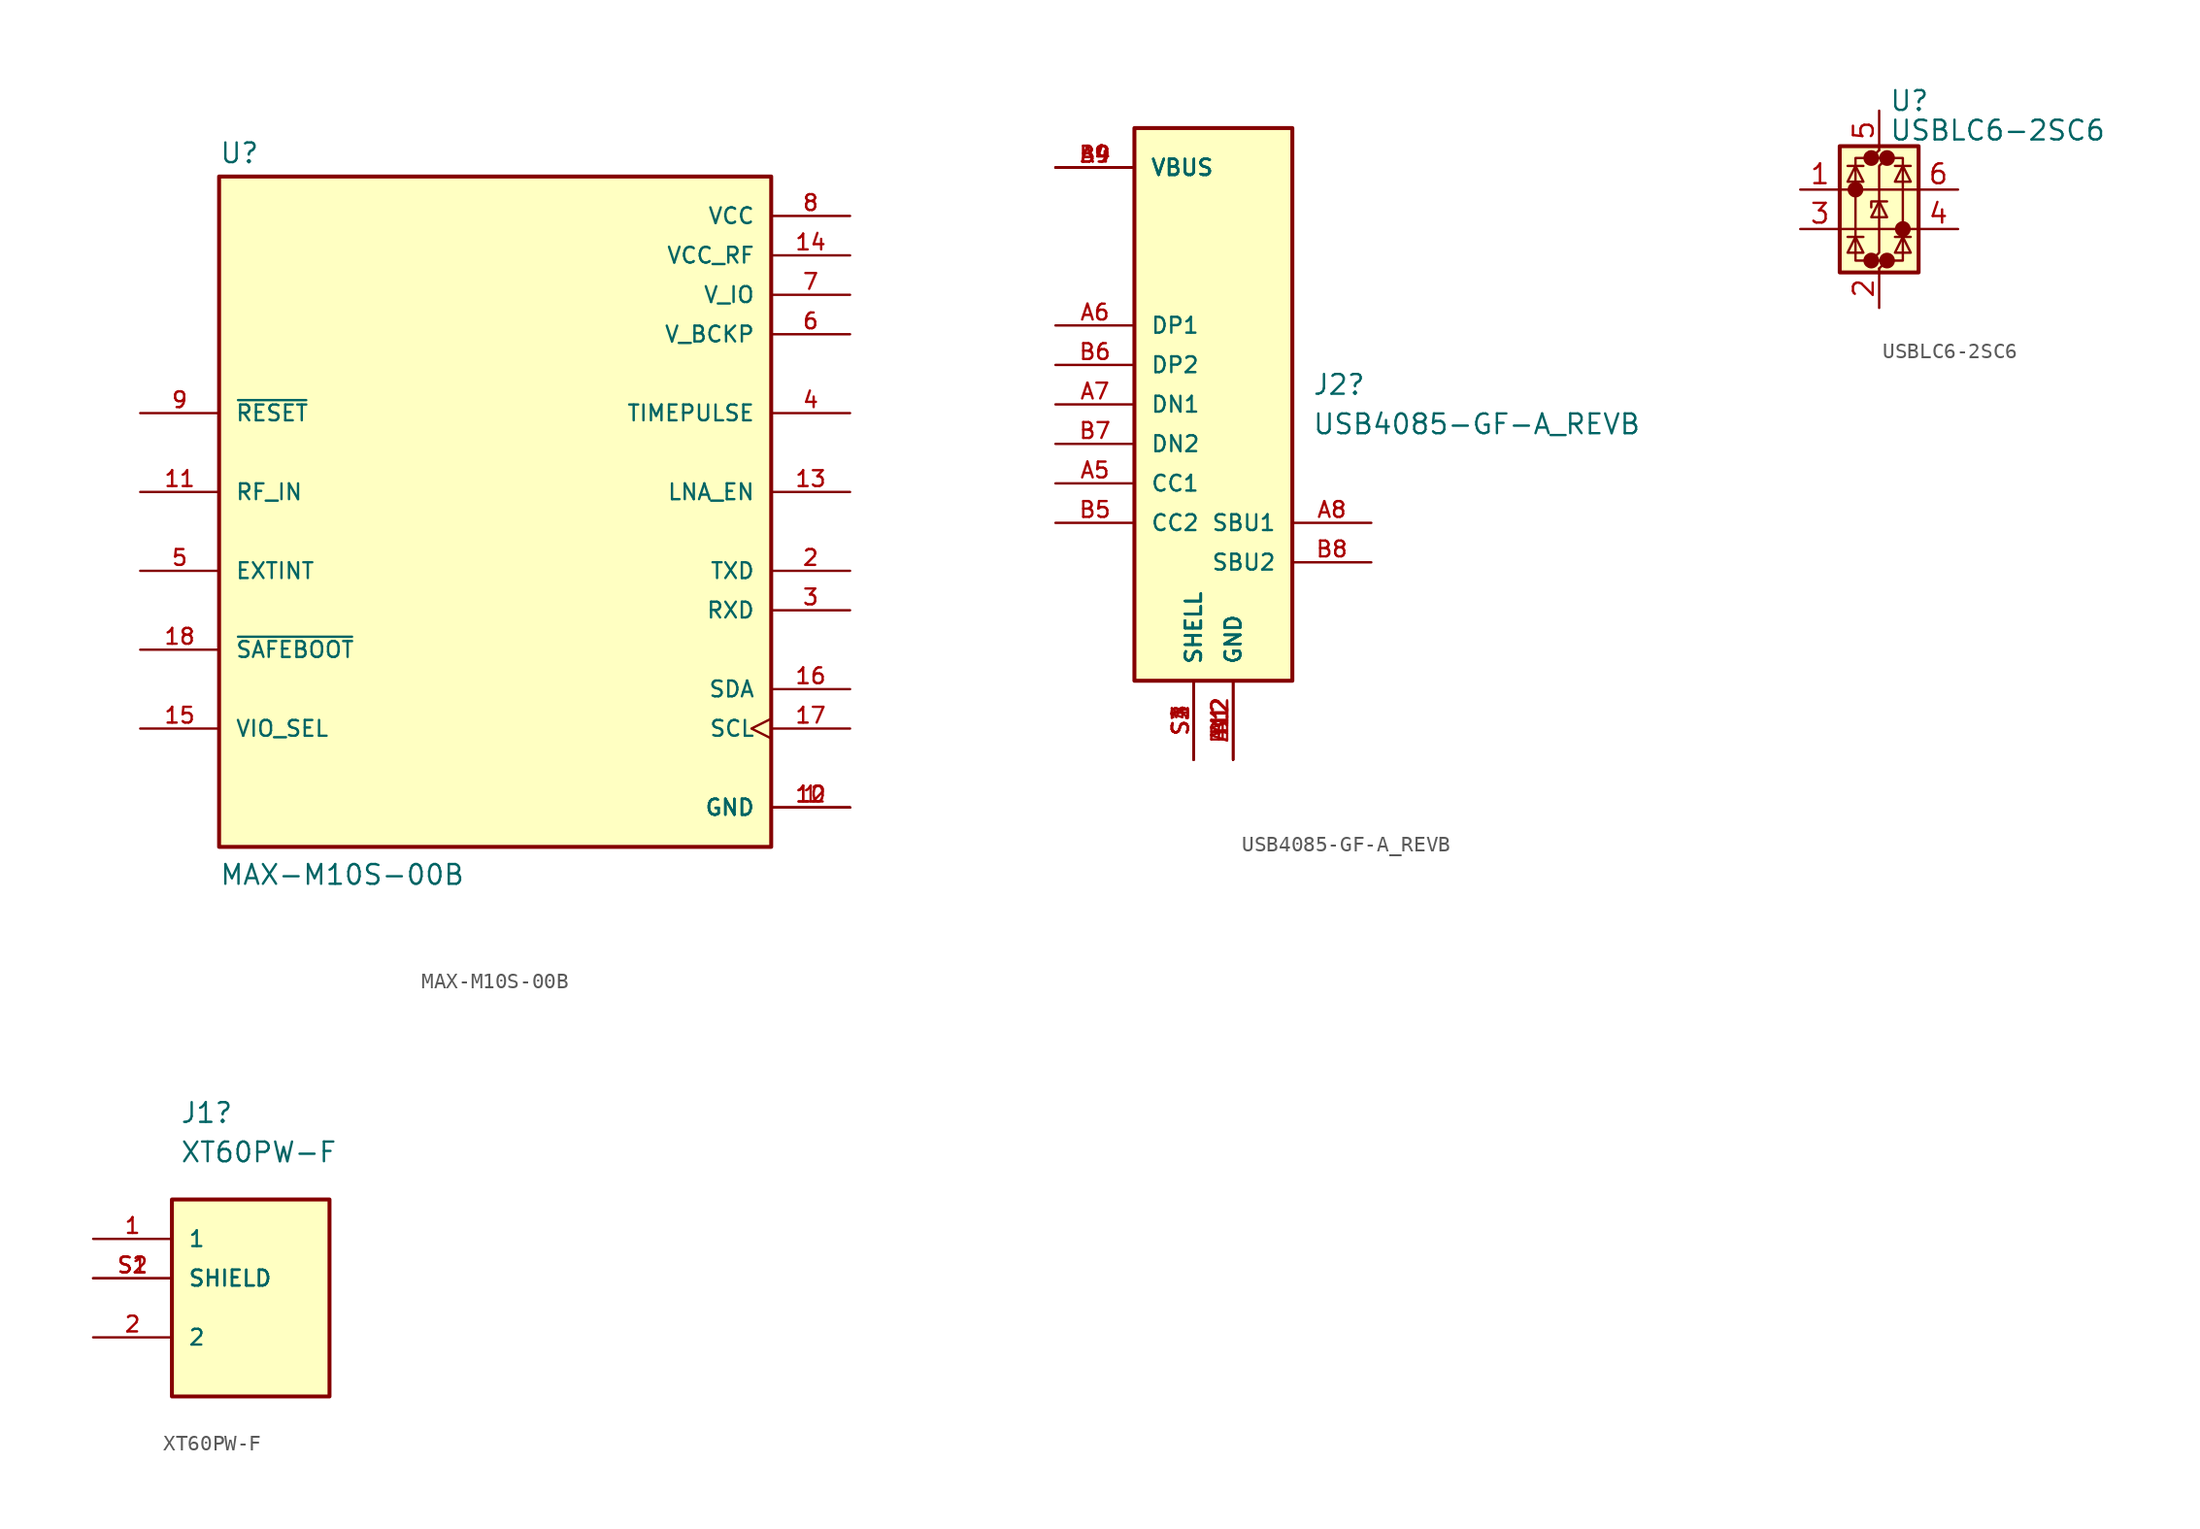
<source format=kicad_sym>
(kicad_symbol_lib
  (version 20231120)
  (generator "kicad_symbol_editor")
  (generator_version "8.0")
  (symbol "MAX-M10S-00B"
    (pin_names
      (offset 1.016))
    (property "Reference" "U"
      (at -17.78 21.082 0)
      (effects (font (size 1.27 1.27)) (justify left bottom)))
    (property "Value" "MAX-M10S-00B"
      (at -17.78 -25.4 0)
      (effects (font (size 1.27 1.27)) (justify left bottom)))
    (symbol "MAX-M10S-00B_0_0"
      (rectangle (start -17.78 -22.86) (end 17.78 20.32) (stroke (width 0.254) (type default)) (fill (type background)))
      (pin power_in line (at 22.86 -20.32 180) (length 5.08) (name "GND" (effects (font (size 1.016 1.016)))) (number "1" (effects (font (size 1.016 1.016)))))
      (pin power_in line (at 22.86 -20.32 180) (length 5.08) (name "GND" (effects (font (size 1.016 1.016)))) (number "10" (effects (font (size 1.016 1.016)))))
      (pin input line (at -22.86 0 0) (length 5.08) (name "RF_IN" (effects (font (size 1.016 1.016)))) (number "11" (effects (font (size 1.016 1.016)))))
      (pin power_in line (at 22.86 -20.32 180) (length 5.08) (name "GND" (effects (font (size 1.016 1.016)))) (number "12" (effects (font (size 1.016 1.016)))))
      (pin output line (at 22.86 0 180) (length 5.08) (name "LNA_EN" (effects (font (size 1.016 1.016)))) (number "13" (effects (font (size 1.016 1.016)))))
      (pin power_in line (at 22.86 15.24 180) (length 5.08) (name "VCC_RF" (effects (font (size 1.016 1.016)))) (number "14" (effects (font (size 1.016 1.016)))))
      (pin input line (at -22.86 -15.24 0) (length 5.08) (name "VIO_SEL" (effects (font (size 1.016 1.016)))) (number "15" (effects (font (size 1.016 1.016)))))
      (pin bidirectional line (at 22.86 -12.7 180) (length 5.08) (name "SDA" (effects (font (size 1.016 1.016)))) (number "16" (effects (font (size 1.016 1.016)))))
      (pin input clock (at 22.86 -15.24 180) (length 5.08) (name "SCL" (effects (font (size 1.016 1.016)))) (number "17" (effects (font (size 1.016 1.016)))))
      (pin input line (at -22.86 -10.16 0) (length 5.08) (name "~{SAFEBOOT}" (effects (font (size 1.016 1.016)))) (number "18" (effects (font (size 1.016 1.016)))))
      (pin output line (at 22.86 -5.08 180) (length 5.08) (name "TXD" (effects (font (size 1.016 1.016)))) (number "2" (effects (font (size 1.016 1.016)))))
      (pin input line (at 22.86 -7.62 180) (length 5.08) (name "RXD" (effects (font (size 1.016 1.016)))) (number "3" (effects (font (size 1.016 1.016)))))
      (pin output line (at 22.86 5.08 180) (length 5.08) (name "TIMEPULSE" (effects (font (size 1.016 1.016)))) (number "4" (effects (font (size 1.016 1.016)))))
      (pin input line (at -22.86 -5.08 0) (length 5.08) (name "EXTINT" (effects (font (size 1.016 1.016)))) (number "5" (effects (font (size 1.016 1.016)))))
      (pin power_in line (at 22.86 10.16 180) (length 5.08) (name "V_BCKP" (effects (font (size 1.016 1.016)))) (number "6" (effects (font (size 1.016 1.016)))))
      (pin power_in line (at 22.86 12.7 180) (length 5.08) (name "V_IO" (effects (font (size 1.016 1.016)))) (number "7" (effects (font (size 1.016 1.016)))))
      (pin power_in line (at 22.86 17.78 180) (length 5.08) (name "VCC" (effects (font (size 1.016 1.016)))) (number "8" (effects (font (size 1.016 1.016)))))
      (pin input line (at -22.86 5.08 0) (length 5.08) (name "~{RESET}" (effects (font (size 1.016 1.016)))) (number "9" (effects (font (size 1.016 1.016)))))))
  (symbol "USB4085-GF-A_REVB"
    (pin_names
      (offset 1.016))
    (property "Reference" "J2"
      (at 6.35 1.27 0)
      (effects (font (size 1.27 1.27)) (justify left)))
    (property "Value" "USB4085-GF-A_REVB"
      (at 6.35 -1.27 0)
      (effects (font (size 1.27 1.27)) (justify left)))
    (symbol "USB4085-GF-A_REVB_0_0"
      (rectangle (start -5.08 -17.78) (end 5.08 17.78) (stroke (width 0.254) (type default)) (fill (type background)))
      (pin power_in line (at 1.27 -22.86 90) (length 5.08) (name "GND" (effects (font (size 1.016 1.016)))) (number "A1" (effects (font (size 1.016 1.016)))))
      (pin power_in line (at 1.27 -22.86 90) (length 5.08) (name "GND" (effects (font (size 1.016 1.016)))) (number "A12" (effects (font (size 1.016 1.016)))))
      (pin power_in line (at -10.16 15.24 0) (length 5.08) (name "VBUS" (effects (font (size 1.016 1.016)))) (number "A4" (effects (font (size 1.016 1.016)))))
      (pin bidirectional line (at -10.16 -5.08 0) (length 5.08) (name "CC1" (effects (font (size 1.016 1.016)))) (number "A5" (effects (font (size 1.016 1.016)))))
      (pin bidirectional line (at -10.16 5.08 0) (length 5.08) (name "DP1" (effects (font (size 1.016 1.016)))) (number "A6" (effects (font (size 1.016 1.016)))))
      (pin bidirectional line (at -10.16 0 0) (length 5.08) (name "DN1" (effects (font (size 1.016 1.016)))) (number "A7" (effects (font (size 1.016 1.016)))))
      (pin bidirectional line (at 10.16 -7.62 180) (length 5.08) (name "SBU1" (effects (font (size 1.016 1.016)))) (number "A8" (effects (font (size 1.016 1.016)))))
      (pin power_in line (at -10.16 15.24 0) (length 5.08) (name "VBUS" (effects (font (size 1.016 1.016)))) (number "A9" (effects (font (size 1.016 1.016)))))
      (pin power_in line (at 1.27 -22.86 90) (length 5.08) (name "GND" (effects (font (size 1.016 1.016)))) (number "B1" (effects (font (size 1.016 1.016)))))
      (pin power_in line (at 1.27 -22.86 90) (length 5.08) (name "GND" (effects (font (size 1.016 1.016)))) (number "B12" (effects (font (size 1.016 1.016)))))
      (pin power_in line (at -10.16 15.24 0) (length 5.08) (name "VBUS" (effects (font (size 1.016 1.016)))) (number "B4" (effects (font (size 1.016 1.016)))))
      (pin bidirectional line (at -10.16 -7.62 0) (length 5.08) (name "CC2" (effects (font (size 1.016 1.016)))) (number "B5" (effects (font (size 1.016 1.016)))))
      (pin bidirectional line (at -10.16 2.54 0) (length 5.08) (name "DP2" (effects (font (size 1.016 1.016)))) (number "B6" (effects (font (size 1.016 1.016)))))
      (pin bidirectional line (at -10.16 -2.54 0) (length 5.08) (name "DN2" (effects (font (size 1.016 1.016)))) (number "B7" (effects (font (size 1.016 1.016)))))
      (pin bidirectional line (at 10.16 -10.16 180) (length 5.08) (name "SBU2" (effects (font (size 1.016 1.016)))) (number "B8" (effects (font (size 1.016 1.016)))))
      (pin power_in line (at -10.16 15.24 0) (length 5.08) (name "VBUS" (effects (font (size 1.016 1.016)))) (number "B9" (effects (font (size 1.016 1.016)))))
      (pin passive line (at -1.27 -22.86 90) (length 5.08) (name "SHELL" (effects (font (size 1.016 1.016)))) (number "S1" (effects (font (size 1.016 1.016)))))
      (pin passive line (at -1.27 -22.86 90) (length 5.08) (name "SHELL" (effects (font (size 1.016 1.016)))) (number "S2" (effects (font (size 1.016 1.016)))))
      (pin passive line (at -1.27 -22.86 90) (length 5.08) (name "SHELL" (effects (font (size 1.016 1.016)))) (number "S3" (effects (font (size 1.016 1.016)))))
      (pin passive line (at -1.27 -22.86 90) (length 5.08) (name "SHELL" (effects (font (size 1.016 1.016)))) (number "S4" (effects (font (size 1.016 1.016)))))))
  (symbol "USBLC6-2SC6"
    (pin_names hide)
    (property "Reference" "U"
      (at 0.635 5.715 0)
      (effects (font (size 1.27 1.27)) (justify left)))
    (property "Value" "USBLC6-2SC6"
      (at 0.635 3.81 0)
      (effects (font (size 1.27 1.27)) (justify left)))
    (symbol "USBLC6-2SC6_0_0"
      (circle (center -1.524 0) (radius 0.0001) (stroke (width 0.508) (type default)) (fill (type none)))
      (circle (center -0.508 -4.572) (radius 0.0001) (stroke (width 0.508) (type default)) (fill (type none)))
      (circle (center -0.508 2.032) (radius 0.0001) (stroke (width 0.508) (type default)) (fill (type none)))
      (circle (center 0.508 -4.572) (radius 0.0001) (stroke (width 0.508) (type default)) (fill (type none)))
      (circle (center 0.508 2.032) (radius 0.0001) (stroke (width 0.508) (type default)) (fill (type none)))
      (circle (center 1.524 -2.54) (radius 0.0001) (stroke (width 0.508) (type default)) (fill (type none))))
    (symbol "USBLC6-2SC6_0_1"
      (polyline (pts (xy -2.54 -2.54) (xy 2.54 -2.54)) (stroke (width 0) (type default)) (fill (type none)))
      (polyline (pts (xy -2.54 0) (xy 2.54 0)) (stroke (width 0) (type default)) (fill (type none)))
      (polyline (pts (xy -2.032 -3.048) (xy -1.016 -3.048)) (stroke (width 0) (type default)) (fill (type none)))
      (polyline (pts (xy -1.016 1.524) (xy -2.032 1.524)) (stroke (width 0) (type default)) (fill (type none)))
      (polyline (pts (xy 1.016 -3.048) (xy 2.032 -3.048)) (stroke (width 0) (type default)) (fill (type none)))
      (polyline (pts (xy 1.016 1.524) (xy 2.032 1.524)) (stroke (width 0) (type default)) (fill (type none)))
      (polyline (pts (xy -0.508 -1.143) (xy -0.508 -0.762) (xy 0.508 -0.762)) (stroke (width 0) (type default)) (fill (type none)))
      (polyline (pts (xy -2.032 0.508) (xy -1.016 0.508) (xy -1.524 1.524) (xy -2.032 0.508)) (stroke (width 0) (type default)) (fill (type none)))
      (polyline (pts (xy -1.016 -4.064) (xy -2.032 -4.064) (xy -1.524 -3.048) (xy -1.016 -4.064)) (stroke (width 0) (type default)) (fill (type none)))
      (polyline (pts (xy 0.508 -1.778) (xy -0.508 -1.778) (xy 0 -0.762) (xy 0.508 -1.778)) (stroke (width 0) (type default)) (fill (type none)))
      (polyline (pts (xy 2.032 -4.064) (xy 1.016 -4.064) (xy 1.524 -3.048) (xy 2.032 -4.064)) (stroke (width 0) (type default)) (fill (type none)))
      (polyline (pts (xy 2.032 0.508) (xy 1.016 0.508) (xy 1.524 1.524) (xy 2.032 0.508)) (stroke (width 0) (type default)) (fill (type none)))
      (polyline (pts (xy 0 2.54) (xy -0.508 2.032) (xy 0.508 2.032) (xy 0 1.524) (xy 0 -4.064) (xy -0.508 -4.572) (xy 0.508 -4.572) (xy 0 -5.08)) (stroke (width 0) (type default)) (fill (type none))))
    (symbol "USBLC6-2SC6_1_1"
      (rectangle (start -2.54 2.794) (end 2.54 -5.334) (stroke (width 0.254) (type default)) (fill (type background)))
      (polyline (pts (xy -0.508 2.032) (xy -1.524 2.032) (xy -1.524 -4.572) (xy -0.508 -4.572)) (stroke (width 0) (type default)) (fill (type none)))
      (polyline (pts (xy 0.508 -4.572) (xy 1.524 -4.572) (xy 1.524 2.032) (xy 0.508 2.032)) (stroke (width 0) (type default)) (fill (type none)))
      (pin passive line (at -5.08 0 0) (length 2.54) (name "I/O1" (effects (font (size 1.27 1.27)))) (number "1" (effects (font (size 1.27 1.27)))))
      (pin passive line (at 0 -7.62 90) (length 2.54) (name "GND" (effects (font (size 1.27 1.27)))) (number "2" (effects (font (size 1.27 1.27)))))
      (pin passive line (at -5.08 -2.54 0) (length 2.54) (name "I/O2" (effects (font (size 1.27 1.27)))) (number "3" (effects (font (size 1.27 1.27)))))
      (pin passive line (at 5.08 -2.54 180) (length 2.54) (name "I/O2" (effects (font (size 1.27 1.27)))) (number "4" (effects (font (size 1.27 1.27)))))
      (pin passive line (at 0 5.08 270) (length 2.54) (name "VBUS" (effects (font (size 1.27 1.27)))) (number "5" (effects (font (size 1.27 1.27)))))
      (pin passive line (at 5.08 0 180) (length 2.54) (name "I/O1" (effects (font (size 1.27 1.27)))) (number "6" (effects (font (size 1.27 1.27)))))))
  (symbol "XT60PW-F"
    (pin_names
      (offset 1.016))
    (property "Reference" "J1"
      (at -4.572 10.668 0)
      (effects (font (size 1.27 1.27)) (justify left)))
    (property "Value" "XT60PW-F"
      (at -4.572 8.128 0)
      (effects (font (size 1.27 1.27)) (justify left)))
    (symbol "XT60PW-F_0_0"
      (rectangle (start -5.08 -7.62) (end 5.08 5.08) (stroke (width 0.254) (type default)) (fill (type background)))
      (pin passive line (at -10.16 2.54 0) (length 5.08) (name "1" (effects (font (size 1.016 1.016)))) (number "1" (effects (font (size 1.016 1.016)))))
      (pin passive line (at -10.16 -3.81 0) (length 5.08) (name "2" (effects (font (size 1.016 1.016)))) (number "2" (effects (font (size 1.016 1.016)))))
      (pin passive line (at -10.16 0 0) (length 5.08) (name "SHIELD" (effects (font (size 1.016 1.016)))) (number "S1" (effects (font (size 1.016 1.016)))))
      (pin passive line (at -10.16 0 0) (length 5.08) (name "SHIELD" (effects (font (size 1.016 1.016)))) (number "S2" (effects (font (size 1.016 1.016))))))))
</source>
